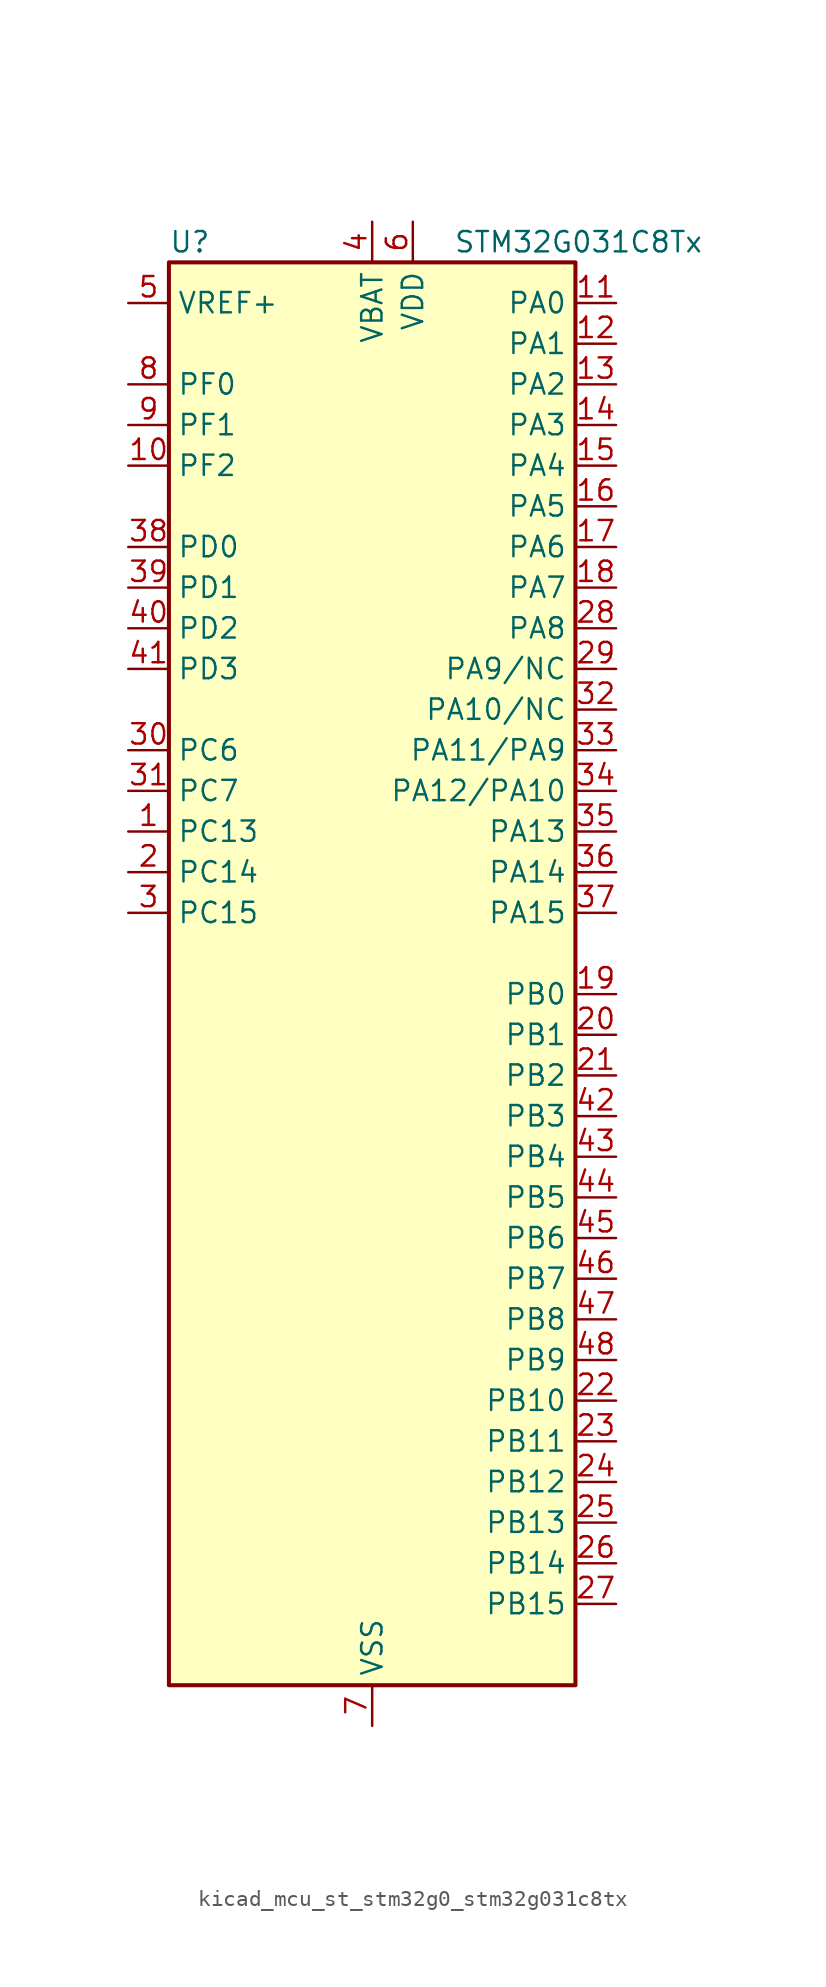
<source format=kicad_sym>
(kicad_symbol_lib
  (version 20220914)
  (generator kicad_symbol_editor)
  (symbol "kicad_mcu_st_stm32g0_stm32g031c8tx"
    (property "Reference" "U"
      (at -12.7 46.99 0)
      (effects (font (size 1.27 1.27)) (justify left)))
    (property "Value" "STM32G031C8Tx"
      (at 5.08 46.99 0)
      (effects (font (size 1.27 1.27)) (justify left)))
    (property "ki_locked" ""
      (at 0 0 0)
      (effects (font (size 1.27 1.27))))
    (symbol "kicad_mcu_st_stm32g0_stm32g031c8tx_0_1"
      (rectangle (start -12.7 -43.18) (end 12.7 45.72) (stroke (width 0.254) (type default)) (fill (type background))))
    (symbol "kicad_mcu_st_stm32g0_stm32g031c8tx_1_1"
      (pin bidirectional line (at -15.24 10.16 0) (length 2.54) (name "PC13" (effects (font (size 1.27 1.27)))) (number "1" (effects (font (size 1.27 1.27)))) (alternate "RTC_OUT_ALARM" bidirectional line) (alternate "RTC_OUT_CALIB" bidirectional line) (alternate "RTC_TAMP_IN1" bidirectional line) (alternate "RTC_TS" bidirectional line) (alternate "SYS_WKUP2" bidirectional line) (alternate "TIM1_BK" bidirectional line))
      (pin bidirectional line (at -15.24 33.02 0) (length 2.54) (name "PF2" (effects (font (size 1.27 1.27)))) (number "10" (effects (font (size 1.27 1.27)))) (alternate "RCC_MCO" bidirectional line))
      (pin bidirectional line (at 15.24 43.18 180) (length 2.54) (name "PA0" (effects (font (size 1.27 1.27)))) (number "11" (effects (font (size 1.27 1.27)))) (alternate "ADC1_IN0" bidirectional line) (alternate "LPTIM1_OUT" bidirectional line) (alternate "RTC_TAMP_IN2" bidirectional line) (alternate "SPI2_SCK" bidirectional line) (alternate "SYS_WKUP1" bidirectional line) (alternate "TIM2_CH1" bidirectional line) (alternate "TIM2_ETR" bidirectional line) (alternate "USART2_CTS" bidirectional line) (alternate "USART2_NSS" bidirectional line))
      (pin bidirectional line (at 15.24 40.64 180) (length 2.54) (name "PA1" (effects (font (size 1.27 1.27)))) (number "12" (effects (font (size 1.27 1.27)))) (alternate "ADC1_IN1" bidirectional line) (alternate "I2C1_SMBA" bidirectional line) (alternate "I2S1_CK" bidirectional line) (alternate "SPI1_SCK" bidirectional line) (alternate "TIM2_CH2" bidirectional line) (alternate "USART2_CK" bidirectional line) (alternate "USART2_DE" bidirectional line) (alternate "USART2_RTS" bidirectional line))
      (pin bidirectional line (at 15.24 38.1 180) (length 2.54) (name "PA2" (effects (font (size 1.27 1.27)))) (number "13" (effects (font (size 1.27 1.27)))) (alternate "ADC1_IN2" bidirectional line) (alternate "I2S1_SD" bidirectional line) (alternate "LPUART1_TX" bidirectional line) (alternate "RCC_LSCO" bidirectional line) (alternate "SPI1_MOSI" bidirectional line) (alternate "SYS_WKUP4" bidirectional line) (alternate "TIM2_CH3" bidirectional line) (alternate "USART2_TX" bidirectional line))
      (pin bidirectional line (at 15.24 35.56 180) (length 2.54) (name "PA3" (effects (font (size 1.27 1.27)))) (number "14" (effects (font (size 1.27 1.27)))) (alternate "ADC1_IN3" bidirectional line) (alternate "LPUART1_RX" bidirectional line) (alternate "SPI2_MISO" bidirectional line) (alternate "TIM2_CH4" bidirectional line) (alternate "USART2_RX" bidirectional line))
      (pin bidirectional line (at 15.24 33.02 180) (length 2.54) (name "PA4" (effects (font (size 1.27 1.27)))) (number "15" (effects (font (size 1.27 1.27)))) (alternate "ADC1_IN4" bidirectional line) (alternate "I2S1_WS" bidirectional line) (alternate "LPTIM2_OUT" bidirectional line) (alternate "RTC_OUT_ALARM" bidirectional line) (alternate "RTC_OUT_CALIB" bidirectional line) (alternate "SPI1_NSS" bidirectional line) (alternate "SPI2_MOSI" bidirectional line) (alternate "TIM14_CH1" bidirectional line))
      (pin bidirectional line (at 15.24 30.48 180) (length 2.54) (name "PA5" (effects (font (size 1.27 1.27)))) (number "16" (effects (font (size 1.27 1.27)))) (alternate "ADC1_IN5" bidirectional line) (alternate "I2S1_CK" bidirectional line) (alternate "LPTIM2_ETR" bidirectional line) (alternate "SPI1_SCK" bidirectional line) (alternate "TIM2_CH1" bidirectional line) (alternate "TIM2_ETR" bidirectional line))
      (pin bidirectional line (at 15.24 27.94 180) (length 2.54) (name "PA6" (effects (font (size 1.27 1.27)))) (number "17" (effects (font (size 1.27 1.27)))) (alternate "ADC1_IN6" bidirectional line) (alternate "I2S1_MCK" bidirectional line) (alternate "LPUART1_CTS" bidirectional line) (alternate "SPI1_MISO" bidirectional line) (alternate "TIM16_CH1" bidirectional line) (alternate "TIM1_BK" bidirectional line) (alternate "TIM3_CH1" bidirectional line))
      (pin bidirectional line (at 15.24 25.4 180) (length 2.54) (name "PA7" (effects (font (size 1.27 1.27)))) (number "18" (effects (font (size 1.27 1.27)))) (alternate "ADC1_IN7" bidirectional line) (alternate "I2S1_SD" bidirectional line) (alternate "SPI1_MOSI" bidirectional line) (alternate "TIM14_CH1" bidirectional line) (alternate "TIM17_CH1" bidirectional line) (alternate "TIM1_CH1N" bidirectional line) (alternate "TIM3_CH2" bidirectional line))
      (pin bidirectional line (at 15.24 0 180) (length 2.54) (name "PB0" (effects (font (size 1.27 1.27)))) (number "19" (effects (font (size 1.27 1.27)))) (alternate "ADC1_IN8" bidirectional line) (alternate "I2S1_WS" bidirectional line) (alternate "LPTIM1_OUT" bidirectional line) (alternate "SPI1_NSS" bidirectional line) (alternate "TIM1_CH2N" bidirectional line) (alternate "TIM3_CH3" bidirectional line))
      (pin bidirectional line (at -15.24 7.62 0) (length 2.54) (name "PC14" (effects (font (size 1.27 1.27)))) (number "2" (effects (font (size 1.27 1.27)))) (alternate "RCC_OSC32_IN" bidirectional line) (alternate "TIM1_BK2" bidirectional line))
      (pin bidirectional line (at 15.24 -2.54 180) (length 2.54) (name "PB1" (effects (font (size 1.27 1.27)))) (number "20" (effects (font (size 1.27 1.27)))) (alternate "ADC1_IN9" bidirectional line) (alternate "LPTIM2_IN1" bidirectional line) (alternate "LPUART1_DE" bidirectional line) (alternate "LPUART1_RTS" bidirectional line) (alternate "TIM14_CH1" bidirectional line) (alternate "TIM1_CH3N" bidirectional line) (alternate "TIM3_CH4" bidirectional line))
      (pin bidirectional line (at 15.24 -5.08 180) (length 2.54) (name "PB2" (effects (font (size 1.27 1.27)))) (number "21" (effects (font (size 1.27 1.27)))) (alternate "ADC1_IN10" bidirectional line) (alternate "LPTIM1_OUT" bidirectional line) (alternate "SPI2_MISO" bidirectional line))
      (pin bidirectional line (at 15.24 -25.4 180) (length 2.54) (name "PB10" (effects (font (size 1.27 1.27)))) (number "22" (effects (font (size 1.27 1.27)))) (alternate "ADC1_IN11" bidirectional line) (alternate "I2C2_SCL" bidirectional line) (alternate "LPUART1_RX" bidirectional line) (alternate "SPI2_SCK" bidirectional line) (alternate "TIM2_CH3" bidirectional line))
      (pin bidirectional line (at 15.24 -27.94 180) (length 2.54) (name "PB11" (effects (font (size 1.27 1.27)))) (number "23" (effects (font (size 1.27 1.27)))) (alternate "ADC1_EXTI11" bidirectional line) (alternate "ADC1_IN15" bidirectional line) (alternate "I2C2_SDA" bidirectional line) (alternate "LPUART1_TX" bidirectional line) (alternate "SPI2_MOSI" bidirectional line) (alternate "TIM2_CH4" bidirectional line))
      (pin bidirectional line (at 15.24 -30.48 180) (length 2.54) (name "PB12" (effects (font (size 1.27 1.27)))) (number "24" (effects (font (size 1.27 1.27)))) (alternate "ADC1_IN16" bidirectional line) (alternate "LPUART1_DE" bidirectional line) (alternate "LPUART1_RTS" bidirectional line) (alternate "SPI2_NSS" bidirectional line) (alternate "TIM1_BK" bidirectional line))
      (pin bidirectional line (at 15.24 -33.02 180) (length 2.54) (name "PB13" (effects (font (size 1.27 1.27)))) (number "25" (effects (font (size 1.27 1.27)))) (alternate "I2C2_SCL" bidirectional line) (alternate "LPUART1_CTS" bidirectional line) (alternate "SPI2_SCK" bidirectional line) (alternate "TIM1_CH1N" bidirectional line))
      (pin bidirectional line (at 15.24 -35.56 180) (length 2.54) (name "PB14" (effects (font (size 1.27 1.27)))) (number "26" (effects (font (size 1.27 1.27)))) (alternate "I2C2_SDA" bidirectional line) (alternate "SPI2_MISO" bidirectional line) (alternate "TIM1_CH2N" bidirectional line))
      (pin bidirectional line (at 15.24 -38.1 180) (length 2.54) (name "PB15" (effects (font (size 1.27 1.27)))) (number "27" (effects (font (size 1.27 1.27)))) (alternate "RTC_REFIN" bidirectional line) (alternate "SPI2_MOSI" bidirectional line) (alternate "TIM1_CH3N" bidirectional line))
      (pin bidirectional line (at 15.24 22.86 180) (length 2.54) (name "PA8" (effects (font (size 1.27 1.27)))) (number "28" (effects (font (size 1.27 1.27)))) (alternate "LPTIM2_OUT" bidirectional line) (alternate "RCC_MCO" bidirectional line) (alternate "SPI2_NSS" bidirectional line) (alternate "TIM1_CH1" bidirectional line))
      (pin bidirectional line (at 15.24 20.32 180) (length 2.54) (name "PA9/NC" (effects (font (size 1.27 1.27)))) (number "29" (effects (font (size 1.27 1.27)))) (alternate "I2C1_SCL" bidirectional line) (alternate "RCC_MCO" bidirectional line) (alternate "SPI2_MISO" bidirectional line) (alternate "TIM1_CH2" bidirectional line) (alternate "USART1_TX" bidirectional line))
      (pin bidirectional line (at -15.24 5.08 0) (length 2.54) (name "PC15" (effects (font (size 1.27 1.27)))) (number "3" (effects (font (size 1.27 1.27)))) (alternate "RCC_OSC32_EN" bidirectional line) (alternate "RCC_OSC32_OUT" bidirectional line) (alternate "RCC_OSC_EN" bidirectional line))
      (pin bidirectional line (at -15.24 15.24 0) (length 2.54) (name "PC6" (effects (font (size 1.27 1.27)))) (number "30" (effects (font (size 1.27 1.27)))) (alternate "TIM2_CH3" bidirectional line) (alternate "TIM3_CH1" bidirectional line))
      (pin bidirectional line (at -15.24 12.7 0) (length 2.54) (name "PC7" (effects (font (size 1.27 1.27)))) (number "31" (effects (font (size 1.27 1.27)))) (alternate "TIM2_CH4" bidirectional line) (alternate "TIM3_CH2" bidirectional line))
      (pin bidirectional line (at 15.24 17.78 180) (length 2.54) (name "PA10/NC" (effects (font (size 1.27 1.27)))) (number "32" (effects (font (size 1.27 1.27)))) (alternate "I2C1_SDA" bidirectional line) (alternate "SPI2_MOSI" bidirectional line) (alternate "TIM17_BK" bidirectional line) (alternate "TIM1_CH3" bidirectional line) (alternate "USART1_RX" bidirectional line))
      (pin bidirectional line (at 15.24 15.24 180) (length 2.54) (name "PA11/PA9" (effects (font (size 1.27 1.27)))) (number "33" (effects (font (size 1.27 1.27)))) (alternate "ADC1_EXTI11" bidirectional line) (alternate "I2C2_SCL" bidirectional line) (alternate "I2S1_MCK" bidirectional line) (alternate "SPI1_MISO" bidirectional line) (alternate "TIM1_BK2" bidirectional line) (alternate "TIM1_CH4" bidirectional line) (alternate "USART1_CTS" bidirectional line) (alternate "USART1_NSS" bidirectional line))
      (pin bidirectional line (at 15.24 12.7 180) (length 2.54) (name "PA12/PA10" (effects (font (size 1.27 1.27)))) (number "34" (effects (font (size 1.27 1.27)))) (alternate "I2C2_SDA" bidirectional line) (alternate "I2S1_SD" bidirectional line) (alternate "I2S_CKIN" bidirectional line) (alternate "SPI1_MOSI" bidirectional line) (alternate "TIM1_ETR" bidirectional line) (alternate "USART1_CK" bidirectional line) (alternate "USART1_DE" bidirectional line) (alternate "USART1_RTS" bidirectional line))
      (pin bidirectional line (at 15.24 10.16 180) (length 2.54) (name "PA13" (effects (font (size 1.27 1.27)))) (number "35" (effects (font (size 1.27 1.27)))) (alternate "ADC1_IN17" bidirectional line) (alternate "IR_OUT" bidirectional line) (alternate "SYS_SWDIO" bidirectional line))
      (pin bidirectional line (at 15.24 7.62 180) (length 2.54) (name "PA14" (effects (font (size 1.27 1.27)))) (number "36" (effects (font (size 1.27 1.27)))) (alternate "ADC1_IN18" bidirectional line) (alternate "SYS_SWCLK" bidirectional line) (alternate "USART2_TX" bidirectional line))
      (pin bidirectional line (at 15.24 5.08 180) (length 2.54) (name "PA15" (effects (font (size 1.27 1.27)))) (number "37" (effects (font (size 1.27 1.27)))) (alternate "I2S1_WS" bidirectional line) (alternate "SPI1_NSS" bidirectional line) (alternate "TIM2_CH1" bidirectional line) (alternate "TIM2_ETR" bidirectional line) (alternate "USART2_RX" bidirectional line))
      (pin bidirectional line (at -15.24 27.94 0) (length 2.54) (name "PD0" (effects (font (size 1.27 1.27)))) (number "38" (effects (font (size 1.27 1.27)))) (alternate "SPI2_NSS" bidirectional line) (alternate "TIM16_CH1" bidirectional line))
      (pin bidirectional line (at -15.24 25.4 0) (length 2.54) (name "PD1" (effects (font (size 1.27 1.27)))) (number "39" (effects (font (size 1.27 1.27)))) (alternate "SPI2_SCK" bidirectional line) (alternate "TIM17_CH1" bidirectional line))
      (pin power_in line (at 0 48.26 270) (length 2.54) (name "VBAT" (effects (font (size 1.27 1.27)))) (number "4" (effects (font (size 1.27 1.27)))))
      (pin bidirectional line (at -15.24 22.86 0) (length 2.54) (name "PD2" (effects (font (size 1.27 1.27)))) (number "40" (effects (font (size 1.27 1.27)))) (alternate "TIM1_CH1N" bidirectional line) (alternate "TIM3_ETR" bidirectional line))
      (pin bidirectional line (at -15.24 20.32 0) (length 2.54) (name "PD3" (effects (font (size 1.27 1.27)))) (number "41" (effects (font (size 1.27 1.27)))) (alternate "SPI2_MISO" bidirectional line) (alternate "TIM1_CH2N" bidirectional line) (alternate "USART2_CTS" bidirectional line) (alternate "USART2_NSS" bidirectional line))
      (pin bidirectional line (at 15.24 -7.62 180) (length 2.54) (name "PB3" (effects (font (size 1.27 1.27)))) (number "42" (effects (font (size 1.27 1.27)))) (alternate "I2S1_CK" bidirectional line) (alternate "SPI1_SCK" bidirectional line) (alternate "TIM1_CH2" bidirectional line) (alternate "TIM2_CH2" bidirectional line) (alternate "USART1_CK" bidirectional line) (alternate "USART1_DE" bidirectional line) (alternate "USART1_RTS" bidirectional line))
      (pin bidirectional line (at 15.24 -10.16 180) (length 2.54) (name "PB4" (effects (font (size 1.27 1.27)))) (number "43" (effects (font (size 1.27 1.27)))) (alternate "I2S1_MCK" bidirectional line) (alternate "SPI1_MISO" bidirectional line) (alternate "TIM17_BK" bidirectional line) (alternate "TIM3_CH1" bidirectional line) (alternate "USART1_CTS" bidirectional line) (alternate "USART1_NSS" bidirectional line))
      (pin bidirectional line (at 15.24 -12.7 180) (length 2.54) (name "PB5" (effects (font (size 1.27 1.27)))) (number "44" (effects (font (size 1.27 1.27)))) (alternate "I2C1_SMBA" bidirectional line) (alternate "I2S1_SD" bidirectional line) (alternate "LPTIM1_IN1" bidirectional line) (alternate "SPI1_MOSI" bidirectional line) (alternate "SYS_WKUP6" bidirectional line) (alternate "TIM16_BK" bidirectional line) (alternate "TIM3_CH2" bidirectional line))
      (pin bidirectional line (at 15.24 -15.24 180) (length 2.54) (name "PB6" (effects (font (size 1.27 1.27)))) (number "45" (effects (font (size 1.27 1.27)))) (alternate "I2C1_SCL" bidirectional line) (alternate "LPTIM1_ETR" bidirectional line) (alternate "SPI2_MISO" bidirectional line) (alternate "TIM16_CH1N" bidirectional line) (alternate "TIM1_CH3" bidirectional line) (alternate "USART1_TX" bidirectional line))
      (pin bidirectional line (at 15.24 -17.78 180) (length 2.54) (name "PB7" (effects (font (size 1.27 1.27)))) (number "46" (effects (font (size 1.27 1.27)))) (alternate "I2C1_SDA" bidirectional line) (alternate "LPTIM1_IN2" bidirectional line) (alternate "SPI2_MOSI" bidirectional line) (alternate "SYS_PVD_IN" bidirectional line) (alternate "TIM17_CH1N" bidirectional line) (alternate "USART1_RX" bidirectional line))
      (pin bidirectional line (at 15.24 -20.32 180) (length 2.54) (name "PB8" (effects (font (size 1.27 1.27)))) (number "47" (effects (font (size 1.27 1.27)))) (alternate "I2C1_SCL" bidirectional line) (alternate "SPI2_SCK" bidirectional line) (alternate "TIM16_CH1" bidirectional line))
      (pin bidirectional line (at 15.24 -22.86 180) (length 2.54) (name "PB9" (effects (font (size 1.27 1.27)))) (number "48" (effects (font (size 1.27 1.27)))) (alternate "I2C1_SDA" bidirectional line) (alternate "IR_OUT" bidirectional line) (alternate "SPI2_NSS" bidirectional line) (alternate "TIM17_CH1" bidirectional line))
      (pin input line (at -15.24 43.18 0) (length 2.54) (name "VREF+" (effects (font (size 1.27 1.27)))) (number "5" (effects (font (size 1.27 1.27)))) (alternate "VREFBUF_OUT" bidirectional line))
      (pin power_in line (at 2.54 48.26 270) (length 2.54) (name "VDD" (effects (font (size 1.27 1.27)))) (number "6" (effects (font (size 1.27 1.27)))))
      (pin power_in line (at 0 -45.72 90) (length 2.54) (name "VSS" (effects (font (size 1.27 1.27)))) (number "7" (effects (font (size 1.27 1.27)))))
      (pin bidirectional line (at -15.24 38.1 0) (length 2.54) (name "PF0" (effects (font (size 1.27 1.27)))) (number "8" (effects (font (size 1.27 1.27)))) (alternate "RCC_OSC_IN" bidirectional line) (alternate "TIM14_CH1" bidirectional line))
      (pin bidirectional line (at -15.24 35.56 0) (length 2.54) (name "PF1" (effects (font (size 1.27 1.27)))) (number "9" (effects (font (size 1.27 1.27)))) (alternate "RCC_OSC_EN" bidirectional line) (alternate "RCC_OSC_OUT" bidirectional line)))))
</source>
